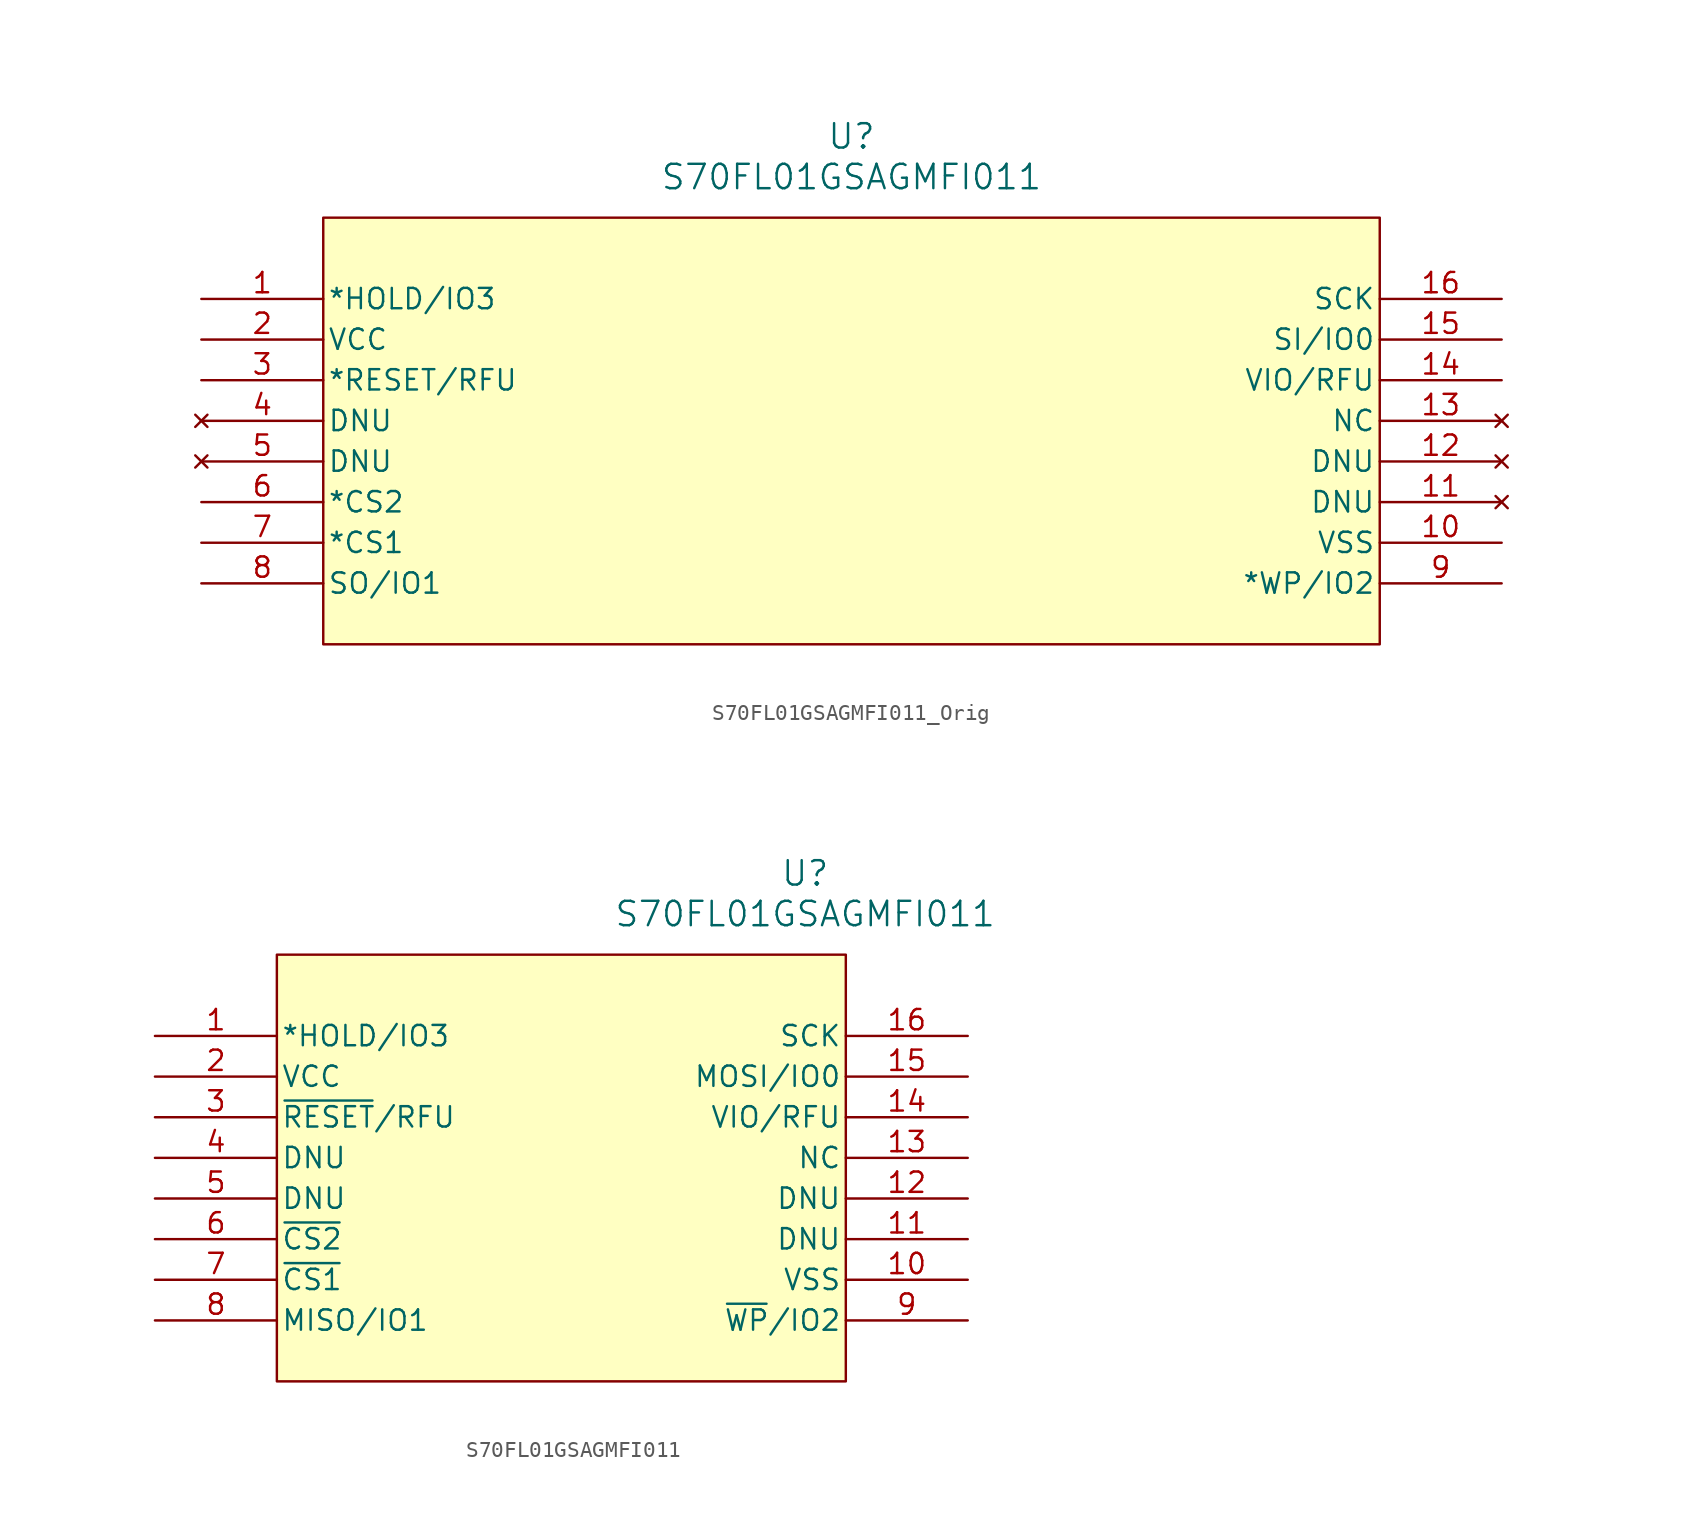
<source format=kicad_sym>
(kicad_symbol_lib
  (version 20231120)
  (generator "kicad_symbol_editor")
  (generator_version "8.0")
  (symbol "S70FL01GSAGMFI011_Orig"
    (pin_names
      (offset 0.254))
    (property "Reference" "U"
      (at 40.64 10.16 0)
      (effects (font (size 1.524 1.524))))
    (property "Value" "S70FL01GSAGMFI011"
      (at 40.64 7.62 0)
      (effects (font (size 1.524 1.524))))
    (symbol "S70FL01GSAGMFI011_Orig_0_1"
      (pin bidirectional line (at 0 0 0) (length 7.62) (name "*HOLD/IO3" (effects (font (size 1.27 1.27)))) (number "1" (effects (font (size 1.27 1.27)))))
      (pin power_in line (at 81.28 -15.24 180) (length 7.62) (name "VSS" (effects (font (size 1.27 1.27)))) (number "10" (effects (font (size 1.27 1.27)))))
      (pin no_connect line (at 81.28 -12.7 180) (length 7.62) (name "DNU" (effects (font (size 1.27 1.27)))) (number "11" (effects (font (size 1.27 1.27)))))
      (pin no_connect line (at 81.28 -10.16 180) (length 7.62) (name "DNU" (effects (font (size 1.27 1.27)))) (number "12" (effects (font (size 1.27 1.27)))))
      (pin no_connect line (at 81.28 -7.62 180) (length 7.62) (name "NC" (effects (font (size 1.27 1.27)))) (number "13" (effects (font (size 1.27 1.27)))))
      (pin bidirectional line (at 81.28 -5.08 180) (length 7.62) (name "VIO/RFU" (effects (font (size 1.27 1.27)))) (number "14" (effects (font (size 1.27 1.27)))))
      (pin bidirectional line (at 81.28 -2.54 180) (length 7.62) (name "SI/IO0" (effects (font (size 1.27 1.27)))) (number "15" (effects (font (size 1.27 1.27)))))
      (pin input line (at 81.28 0 180) (length 7.62) (name "SCK" (effects (font (size 1.27 1.27)))) (number "16" (effects (font (size 1.27 1.27)))))
      (pin power_in line (at 0 -2.54 0) (length 7.62) (name "VCC" (effects (font (size 1.27 1.27)))) (number "2" (effects (font (size 1.27 1.27)))))
      (pin unspecified line (at 0 -5.08 0) (length 7.62) (name "*RESET/RFU" (effects (font (size 1.27 1.27)))) (number "3" (effects (font (size 1.27 1.27)))))
      (pin no_connect line (at 0 -7.62 0) (length 7.62) (name "DNU" (effects (font (size 1.27 1.27)))) (number "4" (effects (font (size 1.27 1.27)))))
      (pin no_connect line (at 0 -10.16 0) (length 7.62) (name "DNU" (effects (font (size 1.27 1.27)))) (number "5" (effects (font (size 1.27 1.27)))))
      (pin input line (at 0 -12.7 0) (length 7.62) (name "*CS2" (effects (font (size 1.27 1.27)))) (number "6" (effects (font (size 1.27 1.27)))))
      (pin input line (at 0 -15.24 0) (length 7.62) (name "*CS1" (effects (font (size 1.27 1.27)))) (number "7" (effects (font (size 1.27 1.27)))))
      (pin bidirectional line (at 0 -17.78 0) (length 7.62) (name "SO/IO1" (effects (font (size 1.27 1.27)))) (number "8" (effects (font (size 1.27 1.27)))))
      (pin bidirectional line (at 81.28 -17.78 180) (length 7.62) (name "*WP/IO2" (effects (font (size 1.27 1.27)))) (number "9" (effects (font (size 1.27 1.27))))))
    (symbol "S70FL01GSAGMFI011_Orig_1_1"
      (rectangle (start 7.62 5.08) (end 73.66 -21.59) (stroke (width 0) (type default)) (fill (type background)))))
  (symbol "S70FL01GSAGMFI011"
    (pin_names
      (offset 0.254))
    (property "Reference" "U"
      (at 40.64 10.16 0)
      (effects (font (size 1.524 1.524))))
    (property "Value" "S70FL01GSAGMFI011"
      (at 40.64 7.62 0)
      (effects (font (size 1.524 1.524))))
    (symbol "S70FL01GSAGMFI011_0_1"
      (pin bidirectional line (at 0 0 0) (length 7.62) (name "*HOLD/IO3" (effects (font (size 1.27 1.27)))) (number "1" (effects (font (size 1.27 1.27)))))
      (pin power_in line (at 50.8 -15.24 180) (length 7.62) (name "VSS" (effects (font (size 1.27 1.27)))) (number "10" (effects (font (size 1.27 1.27)))))
      (pin bidirectional line (at 50.8 -5.08 180) (length 7.62) (name "VIO/RFU" (effects (font (size 1.27 1.27)))) (number "14" (effects (font (size 1.27 1.27)))))
      (pin input line (at 50.8 0 180) (length 7.62) (name "SCK" (effects (font (size 1.27 1.27)))) (number "16" (effects (font (size 1.27 1.27)))))
      (pin power_in line (at 0 -2.54 0) (length 7.62) (name "VCC" (effects (font (size 1.27 1.27)))) (number "2" (effects (font (size 1.27 1.27))))))
    (symbol "S70FL01GSAGMFI011_1_1"
      (rectangle (start 7.62 5.08) (end 43.18 -21.59) (stroke (width 0) (type default)) (fill (type background)))
      (pin unspecified line (at 50.8 -12.7 180) (length 7.62) (name "DNU" (effects (font (size 1.27 1.27)))) (number "11" (effects (font (size 1.27 1.27)))))
      (pin unspecified line (at 50.8 -10.16 180) (length 7.62) (name "DNU" (effects (font (size 1.27 1.27)))) (number "12" (effects (font (size 1.27 1.27)))))
      (pin unspecified line (at 50.8 -7.62 180) (length 7.62) (name "NC" (effects (font (size 1.27 1.27)))) (number "13" (effects (font (size 1.27 1.27)))))
      (pin bidirectional line (at 50.8 -2.54 180) (length 7.62) (name "MOSI/IO0" (effects (font (size 1.27 1.27)))) (number "15" (effects (font (size 1.27 1.27)))))
      (pin unspecified line (at 0 -5.08 0) (length 7.62) (name "~{RESET}/RFU" (effects (font (size 1.27 1.27)))) (number "3" (effects (font (size 1.27 1.27)))))
      (pin unspecified line (at 0 -7.62 0) (length 7.62) (name "DNU" (effects (font (size 1.27 1.27)))) (number "4" (effects (font (size 1.27 1.27)))))
      (pin unspecified line (at 0 -10.16 0) (length 7.62) (name "DNU" (effects (font (size 1.27 1.27)))) (number "5" (effects (font (size 1.27 1.27)))))
      (pin input line (at 0 -12.7 0) (length 7.62) (name "~{CS2}" (effects (font (size 1.27 1.27)))) (number "6" (effects (font (size 1.27 1.27)))))
      (pin input line (at 0 -15.24 0) (length 7.62) (name "~{CS1}" (effects (font (size 1.27 1.27)))) (number "7" (effects (font (size 1.27 1.27)))))
      (pin bidirectional line (at 0 -17.78 0) (length 7.62) (name "MISO/IO1" (effects (font (size 1.27 1.27)))) (number "8" (effects (font (size 1.27 1.27)))))
      (pin bidirectional line (at 50.8 -17.78 180) (length 7.62) (name "~{WP}/IO2" (effects (font (size 1.27 1.27)))) (number "9" (effects (font (size 1.27 1.27))))))))
</source>
